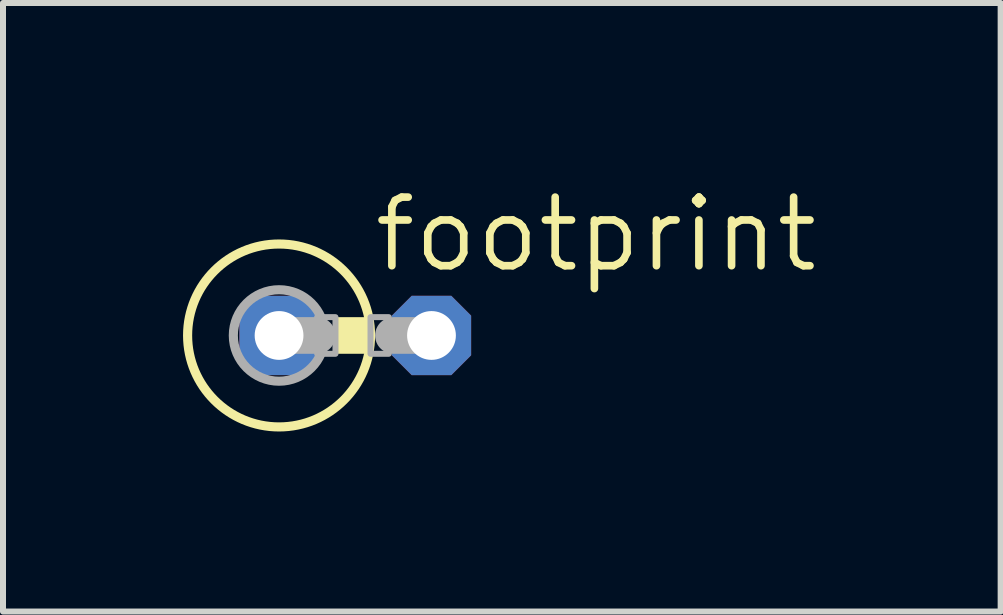
<source format=kicad_pcb>
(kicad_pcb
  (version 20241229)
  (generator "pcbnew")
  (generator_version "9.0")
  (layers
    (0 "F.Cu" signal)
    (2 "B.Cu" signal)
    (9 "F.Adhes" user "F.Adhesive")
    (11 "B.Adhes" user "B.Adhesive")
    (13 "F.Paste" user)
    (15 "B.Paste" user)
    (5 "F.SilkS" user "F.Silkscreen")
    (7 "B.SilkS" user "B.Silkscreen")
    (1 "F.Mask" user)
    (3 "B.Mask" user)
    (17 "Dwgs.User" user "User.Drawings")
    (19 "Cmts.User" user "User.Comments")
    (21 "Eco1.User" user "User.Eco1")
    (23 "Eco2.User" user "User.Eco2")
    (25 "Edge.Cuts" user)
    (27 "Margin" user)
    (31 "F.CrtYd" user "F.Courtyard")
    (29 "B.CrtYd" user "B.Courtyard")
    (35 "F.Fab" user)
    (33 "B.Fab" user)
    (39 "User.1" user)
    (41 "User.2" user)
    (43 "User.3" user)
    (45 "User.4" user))
  (footprint "footprint"
    (layer "F.Cu")
    (at 2.87 2.54)
    (property "Reference" "footprint" (at 0.254 -1.016 0) (layer "F.SilkS") (effects (font (size 1.143 1.143) (thickness 0.127)) (justify left bottom)))
    (fp_circle (center -1.27 0) (end 0.254 0) (stroke (width 0.152) (type solid)) (fill no) (layer "F.SilkS"))
    (fp_poly (pts (xy -0.33 0.305) (xy 0.254 0.305) (xy 0.254 -0.305) (xy -0.33 -0.305)) (stroke (width 0) (type solid)) (fill yes) (layer "F.SilkS"))
    (fp_line (start -0.635 0) (end -1.27 0) (stroke (width 0.61) (type solid)) (layer "F.Fab"))
    (fp_line (start 1.27 0) (end 0.635 0) (stroke (width 0.61) (type solid)) (layer "F.Fab"))
    (fp_circle (center -1.27 0) (end -0.508 0) (stroke (width 0.152) (type solid)) (fill no) (layer "F.Fab"))
    (fp_poly (pts (xy -0.635 0.305) (xy -0.33 0.305) (xy -0.33 -0.305) (xy -0.635 -0.305)) (stroke (width 0.1) (type solid)) (fill no) (layer "F.Fab"))
    (fp_poly (pts (xy 0.254 0.305) (xy 0.559 0.305) (xy 0.559 -0.305) (xy 0.254 -0.305)) (stroke (width 0.1) (type solid)) (fill no) (layer "F.Fab"))
    (pad "1" thru_hole roundrect (at -1.27 0) (size 1.321 1.321) (drill 0.813) (layers "*.Cu" "*.Mask") (roundrect_rratio 0.25) (chamfer_ratio 0.25) (chamfer top_left top_right bottom_left bottom_right))
    (pad "2" thru_hole roundrect (at 1.27 0) (size 1.321 1.321) (drill 0.813) (layers "*.Cu" "*.Mask") (roundrect_rratio 0.25) (chamfer_ratio 0.25) (chamfer top_left top_right bottom_left bottom_right)))
  (gr_rect
    (start -3 -3)
    (end 13.624 7.14)
    (stroke (width 0.1) (type default))
    (fill no)
    (layer "Edge.Cuts")))
</source>
